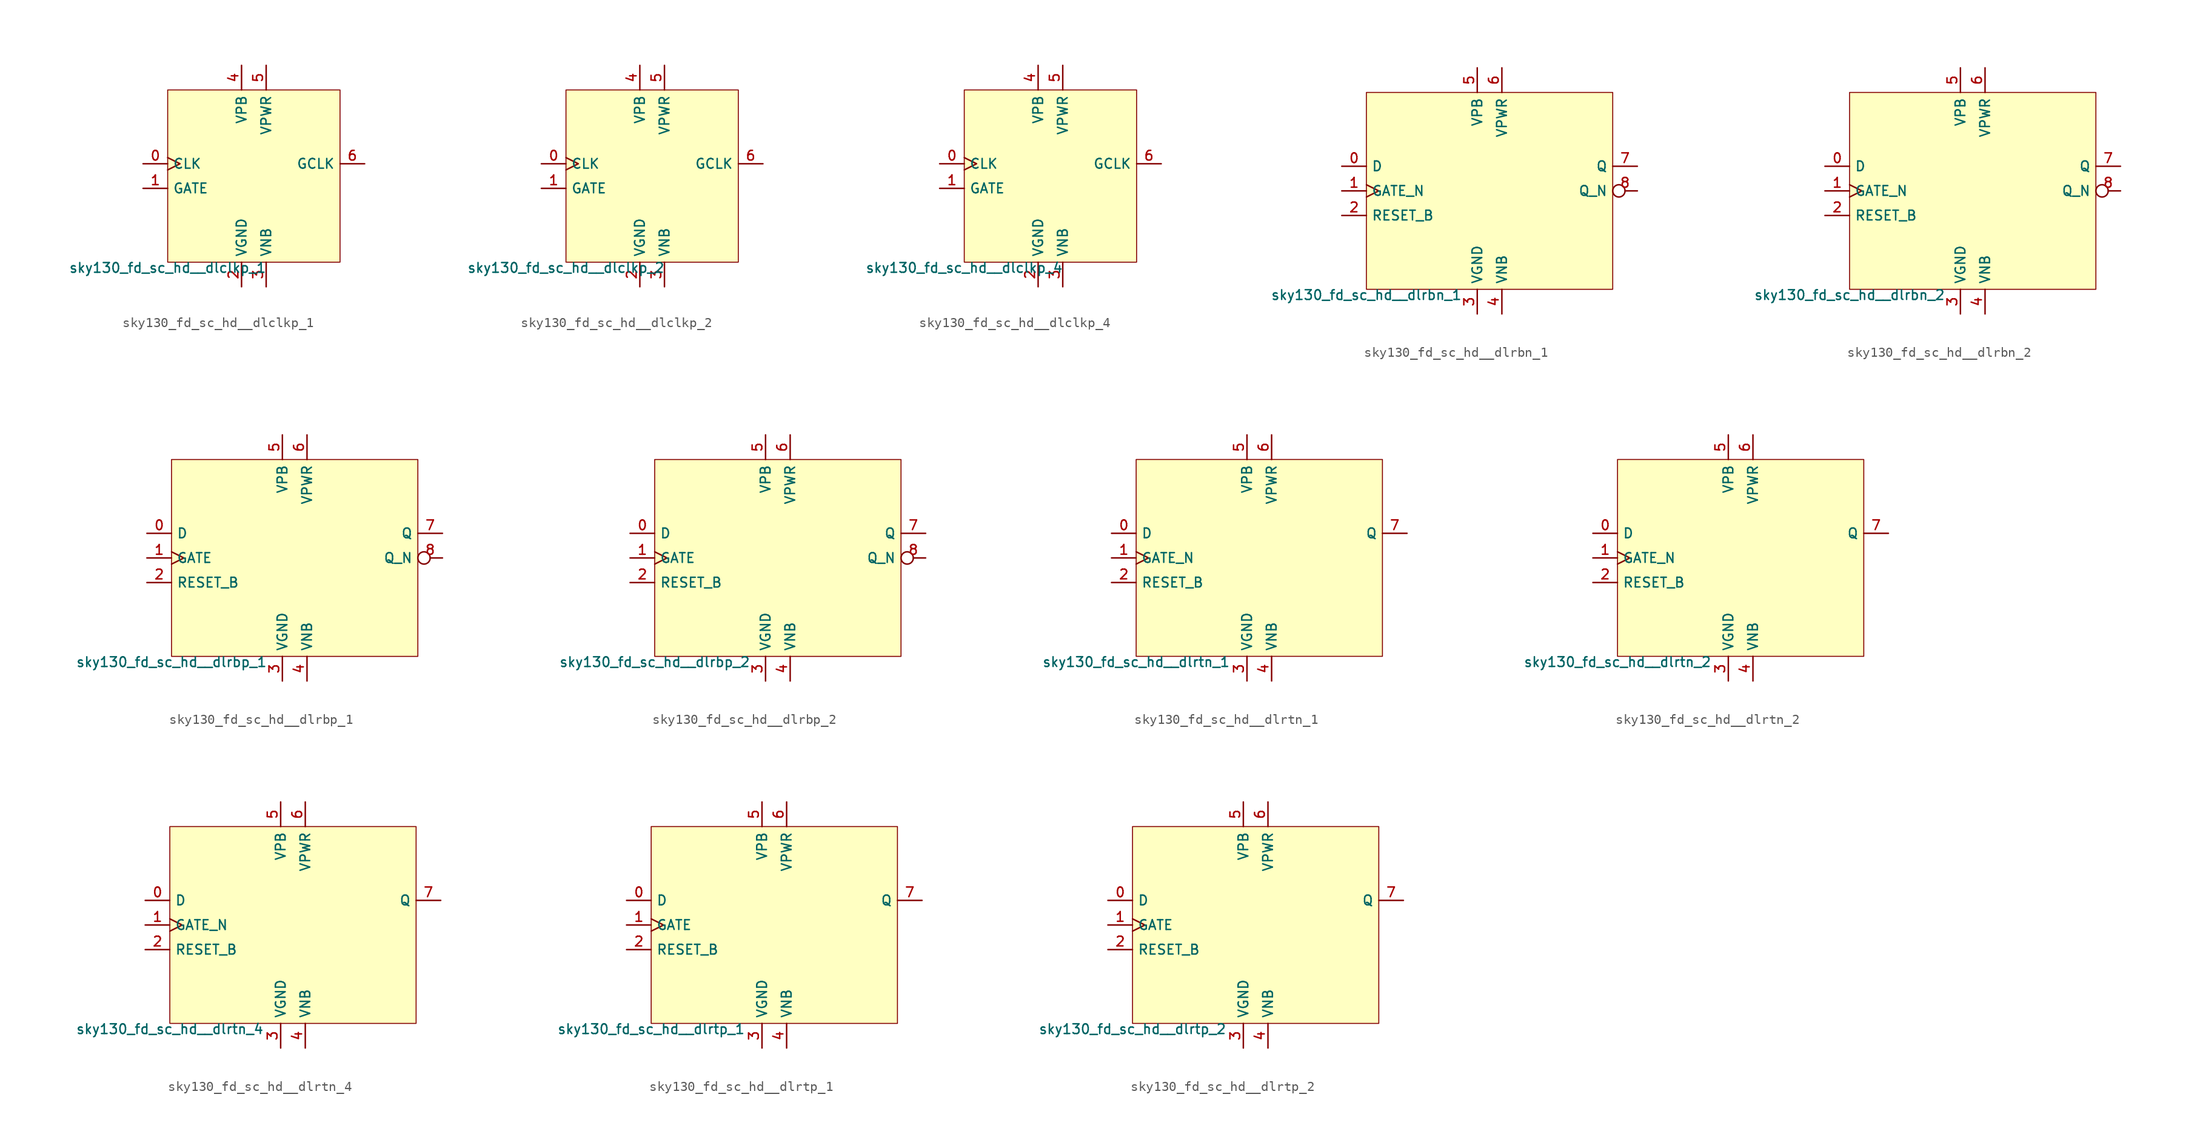
<source format=kicad_sym>
(kicad_symbol_lib
  (version 20211014)
  (generator lef2kicad_sym)
  (symbol "sky130_fd_sc_hd__dlclkp_1"
    (property "Reference" "X"
      (at 0 0 0)
      (effects (font (size 1 1)) hide))
    (property "Value" "sky130_fd_sc_hd__dlclkp_1"
      (at -8.89 -8.89 0)
      (effects (font (size 1 1)) (justify top)))
    (rectangle
      (start -8.89 -8.89)
      (end 8.89 8.89)
      (stroke (width 0.1) (type solid) (color 0 0 0 0))
      (fill (type background)))
    (pin input clock
      (at -11.43 1.27 0)
      (length 2.54)
      (name "CLK" (effects (font (size 1 1)) hide))
      (number "0" (effects (font (size 1 1)) hide)))
    (pin input line
      (at -11.43 -1.27 0)
      (length 2.54)
      (name "GATE" (effects (font (size 1 1)) hide))
      (number "1" (effects (font (size 1 1)) hide)))
    (pin power_in line
      (at -1.27 -11.43 90)
      (length 2.54)
      (name "VGND" (effects (font (size 1 1)) hide))
      (number "2" (effects (font (size 1 1)) hide)))
    (pin power_in line
      (at 1.27 -11.43 90)
      (length 2.54)
      (name "VNB" (effects (font (size 1 1)) hide))
      (number "3" (effects (font (size 1 1)) hide)))
    (pin power_in line
      (at -1.27 11.43 270)
      (length 2.54)
      (name "VPB" (effects (font (size 1 1)) hide))
      (number "4" (effects (font (size 1 1)) hide)))
    (pin power_in line
      (at 1.27 11.43 270)
      (length 2.54)
      (name "VPWR" (effects (font (size 1 1)) hide))
      (number "5" (effects (font (size 1 1)) hide)))
    (pin output line
      (at 11.43 1.27 180)
      (length 2.54)
      (name "GCLK" (effects (font (size 1 1)) hide))
      (number "6" (effects (font (size 1 1)) hide))))
  (symbol "sky130_fd_sc_hd__dlclkp_2"
    (property "Reference" "X"
      (at 0 0 0)
      (effects (font (size 1 1)) hide))
    (property "Value" "sky130_fd_sc_hd__dlclkp_2"
      (at -8.89 -8.89 0)
      (effects (font (size 1 1)) (justify top)))
    (rectangle
      (start -8.89 -8.89)
      (end 8.89 8.89)
      (stroke (width 0.1) (type solid) (color 0 0 0 0))
      (fill (type background)))
    (pin input clock
      (at -11.43 1.27 0)
      (length 2.54)
      (name "CLK" (effects (font (size 1 1)) hide))
      (number "0" (effects (font (size 1 1)) hide)))
    (pin input line
      (at -11.43 -1.27 0)
      (length 2.54)
      (name "GATE" (effects (font (size 1 1)) hide))
      (number "1" (effects (font (size 1 1)) hide)))
    (pin power_in line
      (at -1.27 -11.43 90)
      (length 2.54)
      (name "VGND" (effects (font (size 1 1)) hide))
      (number "2" (effects (font (size 1 1)) hide)))
    (pin power_in line
      (at 1.27 -11.43 90)
      (length 2.54)
      (name "VNB" (effects (font (size 1 1)) hide))
      (number "3" (effects (font (size 1 1)) hide)))
    (pin power_in line
      (at -1.27 11.43 270)
      (length 2.54)
      (name "VPB" (effects (font (size 1 1)) hide))
      (number "4" (effects (font (size 1 1)) hide)))
    (pin power_in line
      (at 1.27 11.43 270)
      (length 2.54)
      (name "VPWR" (effects (font (size 1 1)) hide))
      (number "5" (effects (font (size 1 1)) hide)))
    (pin output line
      (at 11.43 1.27 180)
      (length 2.54)
      (name "GCLK" (effects (font (size 1 1)) hide))
      (number "6" (effects (font (size 1 1)) hide))))
  (symbol "sky130_fd_sc_hd__dlclkp_4"
    (property "Reference" "X"
      (at 0 0 0)
      (effects (font (size 1 1)) hide))
    (property "Value" "sky130_fd_sc_hd__dlclkp_4"
      (at -8.89 -8.89 0)
      (effects (font (size 1 1)) (justify top)))
    (rectangle
      (start -8.89 -8.89)
      (end 8.89 8.89)
      (stroke (width 0.1) (type solid) (color 0 0 0 0))
      (fill (type background)))
    (pin input clock
      (at -11.43 1.27 0)
      (length 2.54)
      (name "CLK" (effects (font (size 1 1)) hide))
      (number "0" (effects (font (size 1 1)) hide)))
    (pin input line
      (at -11.43 -1.27 0)
      (length 2.54)
      (name "GATE" (effects (font (size 1 1)) hide))
      (number "1" (effects (font (size 1 1)) hide)))
    (pin power_in line
      (at -1.27 -11.43 90)
      (length 2.54)
      (name "VGND" (effects (font (size 1 1)) hide))
      (number "2" (effects (font (size 1 1)) hide)))
    (pin power_in line
      (at 1.27 -11.43 90)
      (length 2.54)
      (name "VNB" (effects (font (size 1 1)) hide))
      (number "3" (effects (font (size 1 1)) hide)))
    (pin power_in line
      (at -1.27 11.43 270)
      (length 2.54)
      (name "VPB" (effects (font (size 1 1)) hide))
      (number "4" (effects (font (size 1 1)) hide)))
    (pin power_in line
      (at 1.27 11.43 270)
      (length 2.54)
      (name "VPWR" (effects (font (size 1 1)) hide))
      (number "5" (effects (font (size 1 1)) hide)))
    (pin output line
      (at 11.43 1.27 180)
      (length 2.54)
      (name "GCLK" (effects (font (size 1 1)) hide))
      (number "6" (effects (font (size 1 1)) hide))))
  (symbol "sky130_fd_sc_hd__dlrbn_1"
    (property "Reference" "X"
      (at 0 0 0)
      (effects (font (size 1 1)) hide))
    (property "Value" "sky130_fd_sc_hd__dlrbn_1"
      (at -12.7 -10.16 0)
      (effects (font (size 1 1)) (justify top)))
    (rectangle
      (start -12.7 -10.16)
      (end 12.7 10.16)
      (stroke (width 0.1) (type solid) (color 0 0 0 0))
      (fill (type background)))
    (pin input line
      (at -15.24 2.54 0)
      (length 2.54)
      (name "D" (effects (font (size 1 1)) hide))
      (number "0" (effects (font (size 1 1)) hide)))
    (pin input clock
      (at -15.24 0.0 0)
      (length 2.54)
      (name "GATE_N" (effects (font (size 1 1)) hide))
      (number "1" (effects (font (size 1 1)) hide)))
    (pin input line
      (at -15.24 -2.54 0)
      (length 2.54)
      (name "RESET_B" (effects (font (size 1 1)) hide))
      (number "2" (effects (font (size 1 1)) hide)))
    (pin power_in line
      (at -1.27 -12.7 90)
      (length 2.54)
      (name "VGND" (effects (font (size 1 1)) hide))
      (number "3" (effects (font (size 1 1)) hide)))
    (pin power_in line
      (at 1.27 -12.7 90)
      (length 2.54)
      (name "VNB" (effects (font (size 1 1)) hide))
      (number "4" (effects (font (size 1 1)) hide)))
    (pin power_in line
      (at -1.27 12.7 270)
      (length 2.54)
      (name "VPB" (effects (font (size 1 1)) hide))
      (number "5" (effects (font (size 1 1)) hide)))
    (pin power_in line
      (at 1.27 12.7 270)
      (length 2.54)
      (name "VPWR" (effects (font (size 1 1)) hide))
      (number "6" (effects (font (size 1 1)) hide)))
    (pin output line
      (at 15.24 2.54 180)
      (length 2.54)
      (name "Q" (effects (font (size 1 1)) hide))
      (number "7" (effects (font (size 1 1)) hide)))
    (pin output inverted
      (at 15.24 0.0 180)
      (length 2.54)
      (name "Q_N" (effects (font (size 1 1)) hide))
      (number "8" (effects (font (size 1 1)) hide))))
  (symbol "sky130_fd_sc_hd__dlrbn_2"
    (property "Reference" "X"
      (at 0 0 0)
      (effects (font (size 1 1)) hide))
    (property "Value" "sky130_fd_sc_hd__dlrbn_2"
      (at -12.7 -10.16 0)
      (effects (font (size 1 1)) (justify top)))
    (rectangle
      (start -12.7 -10.16)
      (end 12.7 10.16)
      (stroke (width 0.1) (type solid) (color 0 0 0 0))
      (fill (type background)))
    (pin input line
      (at -15.24 2.54 0)
      (length 2.54)
      (name "D" (effects (font (size 1 1)) hide))
      (number "0" (effects (font (size 1 1)) hide)))
    (pin input clock
      (at -15.24 0.0 0)
      (length 2.54)
      (name "GATE_N" (effects (font (size 1 1)) hide))
      (number "1" (effects (font (size 1 1)) hide)))
    (pin input line
      (at -15.24 -2.54 0)
      (length 2.54)
      (name "RESET_B" (effects (font (size 1 1)) hide))
      (number "2" (effects (font (size 1 1)) hide)))
    (pin power_in line
      (at -1.27 -12.7 90)
      (length 2.54)
      (name "VGND" (effects (font (size 1 1)) hide))
      (number "3" (effects (font (size 1 1)) hide)))
    (pin power_in line
      (at 1.27 -12.7 90)
      (length 2.54)
      (name "VNB" (effects (font (size 1 1)) hide))
      (number "4" (effects (font (size 1 1)) hide)))
    (pin power_in line
      (at -1.27 12.7 270)
      (length 2.54)
      (name "VPB" (effects (font (size 1 1)) hide))
      (number "5" (effects (font (size 1 1)) hide)))
    (pin power_in line
      (at 1.27 12.7 270)
      (length 2.54)
      (name "VPWR" (effects (font (size 1 1)) hide))
      (number "6" (effects (font (size 1 1)) hide)))
    (pin output line
      (at 15.24 2.54 180)
      (length 2.54)
      (name "Q" (effects (font (size 1 1)) hide))
      (number "7" (effects (font (size 1 1)) hide)))
    (pin output inverted
      (at 15.24 0.0 180)
      (length 2.54)
      (name "Q_N" (effects (font (size 1 1)) hide))
      (number "8" (effects (font (size 1 1)) hide))))
  (symbol "sky130_fd_sc_hd__dlrbp_1"
    (property "Reference" "X"
      (at 0 0 0)
      (effects (font (size 1 1)) hide))
    (property "Value" "sky130_fd_sc_hd__dlrbp_1"
      (at -12.7 -10.16 0)
      (effects (font (size 1 1)) (justify top)))
    (rectangle
      (start -12.7 -10.16)
      (end 12.7 10.16)
      (stroke (width 0.1) (type solid) (color 0 0 0 0))
      (fill (type background)))
    (pin input line
      (at -15.24 2.54 0)
      (length 2.54)
      (name "D" (effects (font (size 1 1)) hide))
      (number "0" (effects (font (size 1 1)) hide)))
    (pin input clock
      (at -15.24 0.0 0)
      (length 2.54)
      (name "GATE" (effects (font (size 1 1)) hide))
      (number "1" (effects (font (size 1 1)) hide)))
    (pin input line
      (at -15.24 -2.54 0)
      (length 2.54)
      (name "RESET_B" (effects (font (size 1 1)) hide))
      (number "2" (effects (font (size 1 1)) hide)))
    (pin power_in line
      (at -1.27 -12.7 90)
      (length 2.54)
      (name "VGND" (effects (font (size 1 1)) hide))
      (number "3" (effects (font (size 1 1)) hide)))
    (pin power_in line
      (at 1.27 -12.7 90)
      (length 2.54)
      (name "VNB" (effects (font (size 1 1)) hide))
      (number "4" (effects (font (size 1 1)) hide)))
    (pin power_in line
      (at -1.27 12.7 270)
      (length 2.54)
      (name "VPB" (effects (font (size 1 1)) hide))
      (number "5" (effects (font (size 1 1)) hide)))
    (pin power_in line
      (at 1.27 12.7 270)
      (length 2.54)
      (name "VPWR" (effects (font (size 1 1)) hide))
      (number "6" (effects (font (size 1 1)) hide)))
    (pin output line
      (at 15.24 2.54 180)
      (length 2.54)
      (name "Q" (effects (font (size 1 1)) hide))
      (number "7" (effects (font (size 1 1)) hide)))
    (pin output inverted
      (at 15.24 0.0 180)
      (length 2.54)
      (name "Q_N" (effects (font (size 1 1)) hide))
      (number "8" (effects (font (size 1 1)) hide))))
  (symbol "sky130_fd_sc_hd__dlrbp_2"
    (property "Reference" "X"
      (at 0 0 0)
      (effects (font (size 1 1)) hide))
    (property "Value" "sky130_fd_sc_hd__dlrbp_2"
      (at -12.7 -10.16 0)
      (effects (font (size 1 1)) (justify top)))
    (rectangle
      (start -12.7 -10.16)
      (end 12.7 10.16)
      (stroke (width 0.1) (type solid) (color 0 0 0 0))
      (fill (type background)))
    (pin input line
      (at -15.24 2.54 0)
      (length 2.54)
      (name "D" (effects (font (size 1 1)) hide))
      (number "0" (effects (font (size 1 1)) hide)))
    (pin input clock
      (at -15.24 0.0 0)
      (length 2.54)
      (name "GATE" (effects (font (size 1 1)) hide))
      (number "1" (effects (font (size 1 1)) hide)))
    (pin input line
      (at -15.24 -2.54 0)
      (length 2.54)
      (name "RESET_B" (effects (font (size 1 1)) hide))
      (number "2" (effects (font (size 1 1)) hide)))
    (pin power_in line
      (at -1.27 -12.7 90)
      (length 2.54)
      (name "VGND" (effects (font (size 1 1)) hide))
      (number "3" (effects (font (size 1 1)) hide)))
    (pin power_in line
      (at 1.27 -12.7 90)
      (length 2.54)
      (name "VNB" (effects (font (size 1 1)) hide))
      (number "4" (effects (font (size 1 1)) hide)))
    (pin power_in line
      (at -1.27 12.7 270)
      (length 2.54)
      (name "VPB" (effects (font (size 1 1)) hide))
      (number "5" (effects (font (size 1 1)) hide)))
    (pin power_in line
      (at 1.27 12.7 270)
      (length 2.54)
      (name "VPWR" (effects (font (size 1 1)) hide))
      (number "6" (effects (font (size 1 1)) hide)))
    (pin output line
      (at 15.24 2.54 180)
      (length 2.54)
      (name "Q" (effects (font (size 1 1)) hide))
      (number "7" (effects (font (size 1 1)) hide)))
    (pin output inverted
      (at 15.24 0.0 180)
      (length 2.54)
      (name "Q_N" (effects (font (size 1 1)) hide))
      (number "8" (effects (font (size 1 1)) hide))))
  (symbol "sky130_fd_sc_hd__dlrtn_1"
    (property "Reference" "X"
      (at 0 0 0)
      (effects (font (size 1 1)) hide))
    (property "Value" "sky130_fd_sc_hd__dlrtn_1"
      (at -12.7 -10.16 0)
      (effects (font (size 1 1)) (justify top)))
    (rectangle
      (start -12.7 -10.16)
      (end 12.7 10.16)
      (stroke (width 0.1) (type solid) (color 0 0 0 0))
      (fill (type background)))
    (pin input line
      (at -15.24 2.54 0)
      (length 2.54)
      (name "D" (effects (font (size 1 1)) hide))
      (number "0" (effects (font (size 1 1)) hide)))
    (pin input clock
      (at -15.24 0.0 0)
      (length 2.54)
      (name "GATE_N" (effects (font (size 1 1)) hide))
      (number "1" (effects (font (size 1 1)) hide)))
    (pin input line
      (at -15.24 -2.54 0)
      (length 2.54)
      (name "RESET_B" (effects (font (size 1 1)) hide))
      (number "2" (effects (font (size 1 1)) hide)))
    (pin power_in line
      (at -1.27 -12.7 90)
      (length 2.54)
      (name "VGND" (effects (font (size 1 1)) hide))
      (number "3" (effects (font (size 1 1)) hide)))
    (pin power_in line
      (at 1.27 -12.7 90)
      (length 2.54)
      (name "VNB" (effects (font (size 1 1)) hide))
      (number "4" (effects (font (size 1 1)) hide)))
    (pin power_in line
      (at -1.27 12.7 270)
      (length 2.54)
      (name "VPB" (effects (font (size 1 1)) hide))
      (number "5" (effects (font (size 1 1)) hide)))
    (pin power_in line
      (at 1.27 12.7 270)
      (length 2.54)
      (name "VPWR" (effects (font (size 1 1)) hide))
      (number "6" (effects (font (size 1 1)) hide)))
    (pin output line
      (at 15.24 2.54 180)
      (length 2.54)
      (name "Q" (effects (font (size 1 1)) hide))
      (number "7" (effects (font (size 1 1)) hide))))
  (symbol "sky130_fd_sc_hd__dlrtn_2"
    (property "Reference" "X"
      (at 0 0 0)
      (effects (font (size 1 1)) hide))
    (property "Value" "sky130_fd_sc_hd__dlrtn_2"
      (at -12.7 -10.16 0)
      (effects (font (size 1 1)) (justify top)))
    (rectangle
      (start -12.7 -10.16)
      (end 12.7 10.16)
      (stroke (width 0.1) (type solid) (color 0 0 0 0))
      (fill (type background)))
    (pin input line
      (at -15.24 2.54 0)
      (length 2.54)
      (name "D" (effects (font (size 1 1)) hide))
      (number "0" (effects (font (size 1 1)) hide)))
    (pin input clock
      (at -15.24 0.0 0)
      (length 2.54)
      (name "GATE_N" (effects (font (size 1 1)) hide))
      (number "1" (effects (font (size 1 1)) hide)))
    (pin input line
      (at -15.24 -2.54 0)
      (length 2.54)
      (name "RESET_B" (effects (font (size 1 1)) hide))
      (number "2" (effects (font (size 1 1)) hide)))
    (pin power_in line
      (at -1.27 -12.7 90)
      (length 2.54)
      (name "VGND" (effects (font (size 1 1)) hide))
      (number "3" (effects (font (size 1 1)) hide)))
    (pin power_in line
      (at 1.27 -12.7 90)
      (length 2.54)
      (name "VNB" (effects (font (size 1 1)) hide))
      (number "4" (effects (font (size 1 1)) hide)))
    (pin power_in line
      (at -1.27 12.7 270)
      (length 2.54)
      (name "VPB" (effects (font (size 1 1)) hide))
      (number "5" (effects (font (size 1 1)) hide)))
    (pin power_in line
      (at 1.27 12.7 270)
      (length 2.54)
      (name "VPWR" (effects (font (size 1 1)) hide))
      (number "6" (effects (font (size 1 1)) hide)))
    (pin output line
      (at 15.24 2.54 180)
      (length 2.54)
      (name "Q" (effects (font (size 1 1)) hide))
      (number "7" (effects (font (size 1 1)) hide))))
  (symbol "sky130_fd_sc_hd__dlrtn_4"
    (property "Reference" "X"
      (at 0 0 0)
      (effects (font (size 1 1)) hide))
    (property "Value" "sky130_fd_sc_hd__dlrtn_4"
      (at -12.7 -10.16 0)
      (effects (font (size 1 1)) (justify top)))
    (rectangle
      (start -12.7 -10.16)
      (end 12.7 10.16)
      (stroke (width 0.1) (type solid) (color 0 0 0 0))
      (fill (type background)))
    (pin input line
      (at -15.24 2.54 0)
      (length 2.54)
      (name "D" (effects (font (size 1 1)) hide))
      (number "0" (effects (font (size 1 1)) hide)))
    (pin input clock
      (at -15.24 0.0 0)
      (length 2.54)
      (name "GATE_N" (effects (font (size 1 1)) hide))
      (number "1" (effects (font (size 1 1)) hide)))
    (pin input line
      (at -15.24 -2.54 0)
      (length 2.54)
      (name "RESET_B" (effects (font (size 1 1)) hide))
      (number "2" (effects (font (size 1 1)) hide)))
    (pin power_in line
      (at -1.27 -12.7 90)
      (length 2.54)
      (name "VGND" (effects (font (size 1 1)) hide))
      (number "3" (effects (font (size 1 1)) hide)))
    (pin power_in line
      (at 1.27 -12.7 90)
      (length 2.54)
      (name "VNB" (effects (font (size 1 1)) hide))
      (number "4" (effects (font (size 1 1)) hide)))
    (pin power_in line
      (at -1.27 12.7 270)
      (length 2.54)
      (name "VPB" (effects (font (size 1 1)) hide))
      (number "5" (effects (font (size 1 1)) hide)))
    (pin power_in line
      (at 1.27 12.7 270)
      (length 2.54)
      (name "VPWR" (effects (font (size 1 1)) hide))
      (number "6" (effects (font (size 1 1)) hide)))
    (pin output line
      (at 15.24 2.54 180)
      (length 2.54)
      (name "Q" (effects (font (size 1 1)) hide))
      (number "7" (effects (font (size 1 1)) hide))))
  (symbol "sky130_fd_sc_hd__dlrtp_1"
    (property "Reference" "X"
      (at 0 0 0)
      (effects (font (size 1 1)) hide))
    (property "Value" "sky130_fd_sc_hd__dlrtp_1"
      (at -12.7 -10.16 0)
      (effects (font (size 1 1)) (justify top)))
    (rectangle
      (start -12.7 -10.16)
      (end 12.7 10.16)
      (stroke (width 0.1) (type solid) (color 0 0 0 0))
      (fill (type background)))
    (pin input line
      (at -15.24 2.54 0)
      (length 2.54)
      (name "D" (effects (font (size 1 1)) hide))
      (number "0" (effects (font (size 1 1)) hide)))
    (pin input clock
      (at -15.24 0.0 0)
      (length 2.54)
      (name "GATE" (effects (font (size 1 1)) hide))
      (number "1" (effects (font (size 1 1)) hide)))
    (pin input line
      (at -15.24 -2.54 0)
      (length 2.54)
      (name "RESET_B" (effects (font (size 1 1)) hide))
      (number "2" (effects (font (size 1 1)) hide)))
    (pin power_in line
      (at -1.27 -12.7 90)
      (length 2.54)
      (name "VGND" (effects (font (size 1 1)) hide))
      (number "3" (effects (font (size 1 1)) hide)))
    (pin power_in line
      (at 1.27 -12.7 90)
      (length 2.54)
      (name "VNB" (effects (font (size 1 1)) hide))
      (number "4" (effects (font (size 1 1)) hide)))
    (pin power_in line
      (at -1.27 12.7 270)
      (length 2.54)
      (name "VPB" (effects (font (size 1 1)) hide))
      (number "5" (effects (font (size 1 1)) hide)))
    (pin power_in line
      (at 1.27 12.7 270)
      (length 2.54)
      (name "VPWR" (effects (font (size 1 1)) hide))
      (number "6" (effects (font (size 1 1)) hide)))
    (pin output line
      (at 15.24 2.54 180)
      (length 2.54)
      (name "Q" (effects (font (size 1 1)) hide))
      (number "7" (effects (font (size 1 1)) hide))))
  (symbol "sky130_fd_sc_hd__dlrtp_2"
    (property "Reference" "X"
      (at 0 0 0)
      (effects (font (size 1 1)) hide))
    (property "Value" "sky130_fd_sc_hd__dlrtp_2"
      (at -12.7 -10.16 0)
      (effects (font (size 1 1)) (justify top)))
    (rectangle
      (start -12.7 -10.16)
      (end 12.7 10.16)
      (stroke (width 0.1) (type solid) (color 0 0 0 0))
      (fill (type background)))
    (pin input line
      (at -15.24 2.54 0)
      (length 2.54)
      (name "D" (effects (font (size 1 1)) hide))
      (number "0" (effects (font (size 1 1)) hide)))
    (pin input clock
      (at -15.24 0.0 0)
      (length 2.54)
      (name "GATE" (effects (font (size 1 1)) hide))
      (number "1" (effects (font (size 1 1)) hide)))
    (pin input line
      (at -15.24 -2.54 0)
      (length 2.54)
      (name "RESET_B" (effects (font (size 1 1)) hide))
      (number "2" (effects (font (size 1 1)) hide)))
    (pin power_in line
      (at -1.27 -12.7 90)
      (length 2.54)
      (name "VGND" (effects (font (size 1 1)) hide))
      (number "3" (effects (font (size 1 1)) hide)))
    (pin power_in line
      (at 1.27 -12.7 90)
      (length 2.54)
      (name "VNB" (effects (font (size 1 1)) hide))
      (number "4" (effects (font (size 1 1)) hide)))
    (pin power_in line
      (at -1.27 12.7 270)
      (length 2.54)
      (name "VPB" (effects (font (size 1 1)) hide))
      (number "5" (effects (font (size 1 1)) hide)))
    (pin power_in line
      (at 1.27 12.7 270)
      (length 2.54)
      (name "VPWR" (effects (font (size 1 1)) hide))
      (number "6" (effects (font (size 1 1)) hide)))
    (pin output line
      (at 15.24 2.54 180)
      (length 2.54)
      (name "Q" (effects (font (size 1 1)) hide))
      (number "7" (effects (font (size 1 1)) hide)))))
</source>
